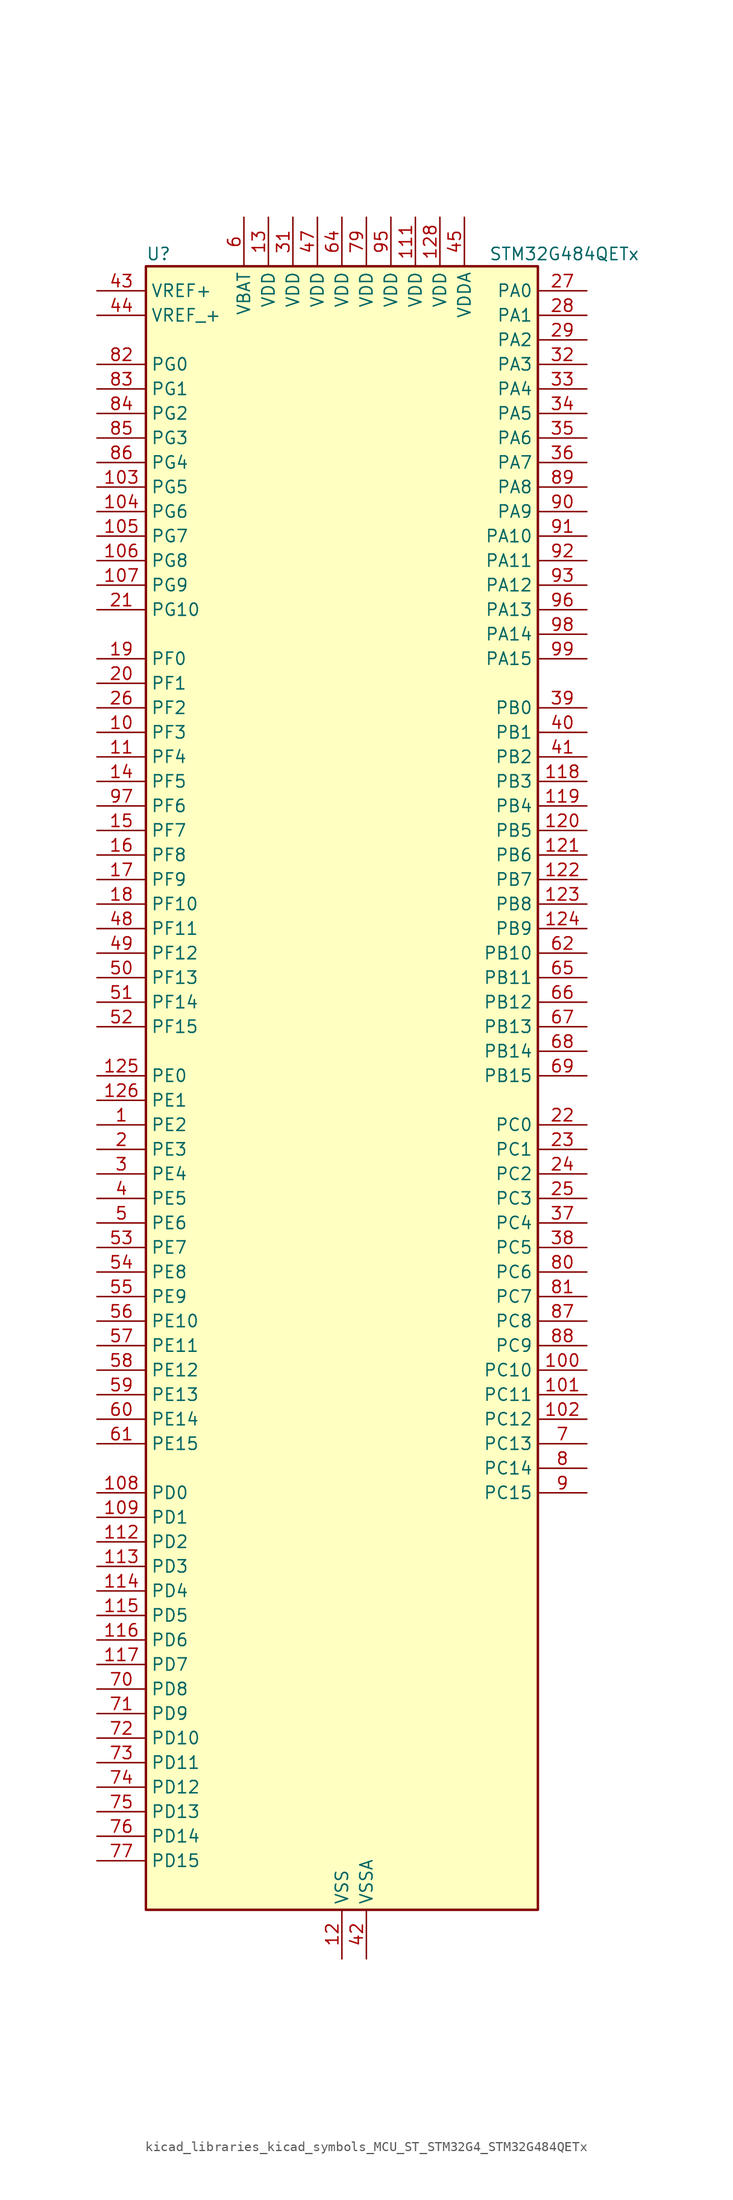
<source format=kicad_sym>
(kicad_symbol_lib
  (version 20220914)
  (generator kicad_symbol_editor)
  (symbol "kicad_libraries_kicad_symbols_MCU_ST_STM32G4_STM32G484QETx"
    (property "Reference" "U"
      (at -20.32 87.63 0)
      (effects (font (size 1.27 1.27)) (justify left)))
    (property "Value" "STM32G484QETx"
      (at 15.24 87.63 0)
      (effects (font (size 1.27 1.27)) (justify left)))
    (property "ki_locked" ""
      (at 0 0 0)
      (effects (font (size 1.27 1.27))))
    (symbol "kicad_libraries_kicad_symbols_MCU_ST_STM32G4_STM32G484QETx_0_1"
      (rectangle (start -20.32 -83.82) (end 20.32 86.36) (stroke (width 0.254) (type default)) (fill (type background))))
    (symbol "kicad_libraries_kicad_symbols_MCU_ST_STM32G4_STM32G484QETx_1_1"
      (pin bidirectional line (at -25.4 -2.54 0) (length 5.08) (name "PE2" (effects (font (size 1.27 1.27)))) (number "1" (effects (font (size 1.27 1.27)))) (alternate "ADC3_EXTI2" bidirectional line) (alternate "ADC4_EXTI2" bidirectional line) (alternate "ADC5_EXTI2" bidirectional line) (alternate "FMC_A23" bidirectional line) (alternate "SAI1_CK1" bidirectional line) (alternate "SAI1_MCLK_A" bidirectional line) (alternate "SPI4_SCK" bidirectional line) (alternate "SYS_TRACECLK" bidirectional line) (alternate "TIM20_CH1" bidirectional line) (alternate "TIM3_CH1" bidirectional line))
      (pin bidirectional line (at -25.4 38.1 0) (length 5.08) (name "PF3" (effects (font (size 1.27 1.27)))) (number "10" (effects (font (size 1.27 1.27)))) (alternate "ADC3_EXTI3" bidirectional line) (alternate "ADC4_EXTI3" bidirectional line) (alternate "ADC5_EXTI3" bidirectional line) (alternate "FMC_A3" bidirectional line) (alternate "I2C3_SCL" bidirectional line) (alternate "TIM20_CH4" bidirectional line))
      (pin bidirectional line (at 25.4 -27.94 180) (length 5.08) (name "PC10" (effects (font (size 1.27 1.27)))) (number "100" (effects (font (size 1.27 1.27)))) (alternate "DAC1_EXTI10" bidirectional line) (alternate "DAC2_EXTI10" bidirectional line) (alternate "DAC3_EXTI10" bidirectional line) (alternate "DAC4_EXTI10" bidirectional line) (alternate "HRTIM1_FLT6" bidirectional line) (alternate "I2S3_CK" bidirectional line) (alternate "SPI3_SCK" bidirectional line) (alternate "TIM8_CH1N" bidirectional line) (alternate "UART4_TX" bidirectional line) (alternate "USART3_TX" bidirectional line))
      (pin bidirectional line (at 25.4 -30.48 180) (length 5.08) (name "PC11" (effects (font (size 1.27 1.27)))) (number "101" (effects (font (size 1.27 1.27)))) (alternate "ADC1_EXTI11" bidirectional line) (alternate "ADC2_EXTI11" bidirectional line) (alternate "HRTIM1_EEV2" bidirectional line) (alternate "I2C3_SDA" bidirectional line) (alternate "SPI3_MISO" bidirectional line) (alternate "TIM8_CH2N" bidirectional line) (alternate "UART4_RX" bidirectional line) (alternate "USART3_RX" bidirectional line))
      (pin bidirectional line (at 25.4 -33.02 180) (length 5.08) (name "PC12" (effects (font (size 1.27 1.27)))) (number "102" (effects (font (size 1.27 1.27)))) (alternate "HRTIM1_EEV1" bidirectional line) (alternate "I2S3_SD" bidirectional line) (alternate "SPI3_MOSI" bidirectional line) (alternate "TIM5_CH2" bidirectional line) (alternate "TIM8_CH3N" bidirectional line) (alternate "UART5_TX" bidirectional line) (alternate "UCPD1_FRSTX1" bidirectional line) (alternate "UCPD1_FRSTX2" bidirectional line) (alternate "USART3_CK" bidirectional line))
      (pin bidirectional line (at -25.4 63.5 0) (length 5.08) (name "PG5" (effects (font (size 1.27 1.27)))) (number "103" (effects (font (size 1.27 1.27)))) (alternate "FMC_A15" bidirectional line) (alternate "LPUART1_CTS" bidirectional line) (alternate "SPI1_NSS" bidirectional line) (alternate "TIM20_ETR" bidirectional line))
      (pin bidirectional line (at -25.4 60.96 0) (length 5.08) (name "PG6" (effects (font (size 1.27 1.27)))) (number "104" (effects (font (size 1.27 1.27)))) (alternate "FMC_INT" bidirectional line) (alternate "I2C3_SMBA" bidirectional line) (alternate "LPUART1_DE" bidirectional line) (alternate "LPUART1_RTS" bidirectional line) (alternate "TIM20_BKIN" bidirectional line))
      (pin bidirectional line (at -25.4 58.42 0) (length 5.08) (name "PG7" (effects (font (size 1.27 1.27)))) (number "105" (effects (font (size 1.27 1.27)))) (alternate "FMC_INT" bidirectional line) (alternate "I2C3_SCL" bidirectional line) (alternate "LPUART1_TX" bidirectional line) (alternate "SAI1_CK1" bidirectional line) (alternate "SAI1_MCLK_A" bidirectional line))
      (pin bidirectional line (at -25.4 55.88 0) (length 5.08) (name "PG8" (effects (font (size 1.27 1.27)))) (number "106" (effects (font (size 1.27 1.27)))) (alternate "FMC_NE3" bidirectional line) (alternate "I2C3_SDA" bidirectional line) (alternate "LPUART1_RX" bidirectional line))
      (pin bidirectional line (at -25.4 53.34 0) (length 5.08) (name "PG9" (effects (font (size 1.27 1.27)))) (number "107" (effects (font (size 1.27 1.27)))) (alternate "DAC1_EXTI9" bidirectional line) (alternate "DAC2_EXTI9" bidirectional line) (alternate "DAC3_EXTI9" bidirectional line) (alternate "DAC4_EXTI9" bidirectional line) (alternate "FMC_NCE" bidirectional line) (alternate "FMC_NE2" bidirectional line) (alternate "SPI3_SCK" bidirectional line) (alternate "TIM15_CH1N" bidirectional line) (alternate "USART1_TX" bidirectional line))
      (pin bidirectional line (at -25.4 -40.64 0) (length 5.08) (name "PD0" (effects (font (size 1.27 1.27)))) (number "108" (effects (font (size 1.27 1.27)))) (alternate "FDCAN1_RX" bidirectional line) (alternate "FMC_D2" bidirectional line) (alternate "FMC_DA2" bidirectional line) (alternate "TIM8_CH4N" bidirectional line))
      (pin bidirectional line (at -25.4 -43.18 0) (length 5.08) (name "PD1" (effects (font (size 1.27 1.27)))) (number "109" (effects (font (size 1.27 1.27)))) (alternate "FDCAN1_TX" bidirectional line) (alternate "FMC_D3" bidirectional line) (alternate "FMC_DA3" bidirectional line) (alternate "TIM8_BKIN2" bidirectional line) (alternate "TIM8_CH4" bidirectional line))
      (pin bidirectional line (at -25.4 35.56 0) (length 5.08) (name "PF4" (effects (font (size 1.27 1.27)))) (number "11" (effects (font (size 1.27 1.27)))) (alternate "COMP1_OUT" bidirectional line) (alternate "FMC_A4" bidirectional line) (alternate "I2C3_SDA" bidirectional line) (alternate "TIM20_CH1N" bidirectional line))
      (pin passive line (at 0 -88.9 90) (length 5.08) hide (name "VSS" (effects (font (size 1.27 1.27)))) (number "110" (effects (font (size 1.27 1.27)))))
      (pin power_in line (at 7.62 91.44 270) (length 5.08) (name "VDD" (effects (font (size 1.27 1.27)))) (number "111" (effects (font (size 1.27 1.27)))))
      (pin bidirectional line (at -25.4 -45.72 0) (length 5.08) (name "PD2" (effects (font (size 1.27 1.27)))) (number "112" (effects (font (size 1.27 1.27)))) (alternate "ADC3_EXTI2" bidirectional line) (alternate "ADC4_EXTI2" bidirectional line) (alternate "ADC5_EXTI2" bidirectional line) (alternate "TIM3_ETR" bidirectional line) (alternate "TIM8_BKIN" bidirectional line) (alternate "UART5_RX" bidirectional line))
      (pin bidirectional line (at -25.4 -48.26 0) (length 5.08) (name "PD3" (effects (font (size 1.27 1.27)))) (number "113" (effects (font (size 1.27 1.27)))) (alternate "ADC3_EXTI3" bidirectional line) (alternate "ADC4_EXTI3" bidirectional line) (alternate "ADC5_EXTI3" bidirectional line) (alternate "FMC_CLK" bidirectional line) (alternate "QUADSPI1_BK2_NCS" bidirectional line) (alternate "TIM2_CH1" bidirectional line) (alternate "TIM2_ETR" bidirectional line) (alternate "USART2_CTS" bidirectional line) (alternate "USART2_NSS" bidirectional line))
      (pin bidirectional line (at -25.4 -50.8 0) (length 5.08) (name "PD4" (effects (font (size 1.27 1.27)))) (number "114" (effects (font (size 1.27 1.27)))) (alternate "FMC_NOE" bidirectional line) (alternate "QUADSPI1_BK2_IO0" bidirectional line) (alternate "TIM2_CH2" bidirectional line) (alternate "USART2_DE" bidirectional line) (alternate "USART2_RTS" bidirectional line))
      (pin bidirectional line (at -25.4 -53.34 0) (length 5.08) (name "PD5" (effects (font (size 1.27 1.27)))) (number "115" (effects (font (size 1.27 1.27)))) (alternate "FMC_NWE" bidirectional line) (alternate "QUADSPI1_BK2_IO1" bidirectional line) (alternate "USART2_TX" bidirectional line))
      (pin bidirectional line (at -25.4 -55.88 0) (length 5.08) (name "PD6" (effects (font (size 1.27 1.27)))) (number "116" (effects (font (size 1.27 1.27)))) (alternate "FMC_NWAIT" bidirectional line) (alternate "QUADSPI1_BK2_IO2" bidirectional line) (alternate "SAI1_D1" bidirectional line) (alternate "SAI1_SD_A" bidirectional line) (alternate "TIM2_CH4" bidirectional line) (alternate "USART2_RX" bidirectional line))
      (pin bidirectional line (at -25.4 -58.42 0) (length 5.08) (name "PD7" (effects (font (size 1.27 1.27)))) (number "117" (effects (font (size 1.27 1.27)))) (alternate "FMC_NCE" bidirectional line) (alternate "FMC_NE1" bidirectional line) (alternate "QUADSPI1_BK2_IO3" bidirectional line) (alternate "TIM2_CH3" bidirectional line) (alternate "USART2_CK" bidirectional line))
      (pin bidirectional line (at 25.4 33.02 180) (length 5.08) (name "PB3" (effects (font (size 1.27 1.27)))) (number "118" (effects (font (size 1.27 1.27)))) (alternate "ADC3_EXTI3" bidirectional line) (alternate "ADC4_EXTI3" bidirectional line) (alternate "ADC5_EXTI3" bidirectional line) (alternate "CRS_SYNC" bidirectional line) (alternate "FDCAN3_RX" bidirectional line) (alternate "HRTIM1_EEV9" bidirectional line) (alternate "HRTIM1_SCOUT" bidirectional line) (alternate "I2S3_CK" bidirectional line) (alternate "SAI1_SCK_B" bidirectional line) (alternate "SPI1_SCK" bidirectional line) (alternate "SPI3_SCK" bidirectional line) (alternate "SYS_JTDO-SWO" bidirectional line) (alternate "TIM2_CH2" bidirectional line) (alternate "TIM3_ETR" bidirectional line) (alternate "TIM4_ETR" bidirectional line) (alternate "TIM8_CH1N" bidirectional line) (alternate "USART2_TX" bidirectional line))
      (pin bidirectional line (at 25.4 30.48 180) (length 5.08) (name "PB4" (effects (font (size 1.27 1.27)))) (number "119" (effects (font (size 1.27 1.27)))) (alternate "FDCAN3_TX" bidirectional line) (alternate "HRTIM1_EEV7" bidirectional line) (alternate "SAI1_MCLK_B" bidirectional line) (alternate "SPI1_MISO" bidirectional line) (alternate "SPI3_MISO" bidirectional line) (alternate "SYS_JTRST" bidirectional line) (alternate "TIM16_CH1" bidirectional line) (alternate "TIM17_BKIN" bidirectional line) (alternate "TIM3_CH1" bidirectional line) (alternate "TIM8_CH2N" bidirectional line) (alternate "UART5_DE" bidirectional line) (alternate "UART5_RTS" bidirectional line) (alternate "UCPD1_CC2" bidirectional line) (alternate "USART2_RX" bidirectional line))
      (pin power_in line (at 0 -88.9 90) (length 5.08) (name "VSS" (effects (font (size 1.27 1.27)))) (number "12" (effects (font (size 1.27 1.27)))))
      (pin bidirectional line (at 25.4 27.94 180) (length 5.08) (name "PB5" (effects (font (size 1.27 1.27)))) (number "120" (effects (font (size 1.27 1.27)))) (alternate "FDCAN2_RX" bidirectional line) (alternate "HRTIM1_EEV6" bidirectional line) (alternate "I2C1_SMBA" bidirectional line) (alternate "I2C3_SDA" bidirectional line) (alternate "I2S3_SD" bidirectional line) (alternate "LPTIM1_IN1" bidirectional line) (alternate "SAI1_SD_B" bidirectional line) (alternate "SPI1_MOSI" bidirectional line) (alternate "SPI3_MOSI" bidirectional line) (alternate "TIM16_BKIN" bidirectional line) (alternate "TIM17_CH1" bidirectional line) (alternate "TIM3_CH2" bidirectional line) (alternate "TIM8_CH3N" bidirectional line) (alternate "UART5_CTS" bidirectional line) (alternate "USART2_CK" bidirectional line))
      (pin bidirectional line (at 25.4 25.4 180) (length 5.08) (name "PB6" (effects (font (size 1.27 1.27)))) (number "121" (effects (font (size 1.27 1.27)))) (alternate "COMP4_OUT" bidirectional line) (alternate "FDCAN2_TX" bidirectional line) (alternate "HRTIM1_EEV4" bidirectional line) (alternate "HRTIM1_SCIN" bidirectional line) (alternate "LPTIM1_ETR" bidirectional line) (alternate "SAI1_FS_B" bidirectional line) (alternate "TIM16_CH1N" bidirectional line) (alternate "TIM4_CH1" bidirectional line) (alternate "TIM8_BKIN2" bidirectional line) (alternate "TIM8_CH1" bidirectional line) (alternate "TIM8_ETR" bidirectional line) (alternate "UCPD1_CC1" bidirectional line) (alternate "USART1_TX" bidirectional line))
      (pin bidirectional line (at 25.4 22.86 180) (length 5.08) (name "PB7" (effects (font (size 1.27 1.27)))) (number "122" (effects (font (size 1.27 1.27)))) (alternate "COMP3_OUT" bidirectional line) (alternate "FMC_NL" bidirectional line) (alternate "HRTIM1_EEV3" bidirectional line) (alternate "I2C1_SDA" bidirectional line) (alternate "I2C4_SDA" bidirectional line) (alternate "LPTIM1_IN2" bidirectional line) (alternate "SYS_PVD_IN" bidirectional line) (alternate "TIM17_CH1N" bidirectional line) (alternate "TIM3_CH4" bidirectional line) (alternate "TIM4_CH2" bidirectional line) (alternate "TIM8_BKIN" bidirectional line) (alternate "UART4_CTS" bidirectional line) (alternate "USART1_RX" bidirectional line))
      (pin bidirectional line (at 25.4 20.32 180) (length 5.08) (name "PB8" (effects (font (size 1.27 1.27)))) (number "123" (effects (font (size 1.27 1.27)))) (alternate "COMP1_OUT" bidirectional line) (alternate "FDCAN1_RX" bidirectional line) (alternate "HRTIM1_EEV8" bidirectional line) (alternate "I2C1_SCL" bidirectional line) (alternate "SAI1_CK1" bidirectional line) (alternate "SAI1_MCLK_A" bidirectional line) (alternate "TIM16_CH1" bidirectional line) (alternate "TIM1_BKIN" bidirectional line) (alternate "TIM4_CH3" bidirectional line) (alternate "TIM8_CH2" bidirectional line) (alternate "USART3_RX" bidirectional line))
      (pin bidirectional line (at 25.4 17.78 180) (length 5.08) (name "PB9" (effects (font (size 1.27 1.27)))) (number "124" (effects (font (size 1.27 1.27)))) (alternate "COMP2_OUT" bidirectional line) (alternate "DAC1_EXTI9" bidirectional line) (alternate "DAC2_EXTI9" bidirectional line) (alternate "DAC3_EXTI9" bidirectional line) (alternate "DAC4_EXTI9" bidirectional line) (alternate "FDCAN1_TX" bidirectional line) (alternate "HRTIM1_EEV5" bidirectional line) (alternate "I2C1_SDA" bidirectional line) (alternate "IR_OUT" bidirectional line) (alternate "SAI1_D2" bidirectional line) (alternate "SAI1_FS_A" bidirectional line) (alternate "TIM17_CH1" bidirectional line) (alternate "TIM1_CH3N" bidirectional line) (alternate "TIM4_CH4" bidirectional line) (alternate "TIM8_CH3" bidirectional line) (alternate "USART3_TX" bidirectional line))
      (pin bidirectional line (at -25.4 2.54 0) (length 5.08) (name "PE0" (effects (font (size 1.27 1.27)))) (number "125" (effects (font (size 1.27 1.27)))) (alternate "FMC_NBL0" bidirectional line) (alternate "TIM16_CH1" bidirectional line) (alternate "TIM20_CH4N" bidirectional line) (alternate "TIM20_ETR" bidirectional line) (alternate "TIM4_ETR" bidirectional line) (alternate "USART1_TX" bidirectional line))
      (pin bidirectional line (at -25.4 0 0) (length 5.08) (name "PE1" (effects (font (size 1.27 1.27)))) (number "126" (effects (font (size 1.27 1.27)))) (alternate "FMC_NBL1" bidirectional line) (alternate "TIM17_CH1" bidirectional line) (alternate "TIM20_CH4" bidirectional line) (alternate "USART1_RX" bidirectional line))
      (pin passive line (at 0 -88.9 90) (length 5.08) hide (name "VSS" (effects (font (size 1.27 1.27)))) (number "127" (effects (font (size 1.27 1.27)))))
      (pin power_in line (at 10.16 91.44 270) (length 5.08) (name "VDD" (effects (font (size 1.27 1.27)))) (number "128" (effects (font (size 1.27 1.27)))))
      (pin power_in line (at -7.62 91.44 270) (length 5.08) (name "VDD" (effects (font (size 1.27 1.27)))) (number "13" (effects (font (size 1.27 1.27)))))
      (pin bidirectional line (at -25.4 33.02 0) (length 5.08) (name "PF5" (effects (font (size 1.27 1.27)))) (number "14" (effects (font (size 1.27 1.27)))) (alternate "FMC_A5" bidirectional line) (alternate "TIM20_CH2N" bidirectional line))
      (pin bidirectional line (at -25.4 27.94 0) (length 5.08) (name "PF7" (effects (font (size 1.27 1.27)))) (number "15" (effects (font (size 1.27 1.27)))) (alternate "FMC_A1" bidirectional line) (alternate "QUADSPI1_BK1_IO2" bidirectional line) (alternate "SAI1_MCLK_B" bidirectional line) (alternate "TIM20_BKIN" bidirectional line) (alternate "TIM5_CH2" bidirectional line))
      (pin bidirectional line (at -25.4 25.4 0) (length 5.08) (name "PF8" (effects (font (size 1.27 1.27)))) (number "16" (effects (font (size 1.27 1.27)))) (alternate "FMC_A24" bidirectional line) (alternate "QUADSPI1_BK1_IO0" bidirectional line) (alternate "SAI1_SCK_B" bidirectional line) (alternate "TIM20_BKIN2" bidirectional line) (alternate "TIM5_CH3" bidirectional line))
      (pin bidirectional line (at -25.4 22.86 0) (length 5.08) (name "PF9" (effects (font (size 1.27 1.27)))) (number "17" (effects (font (size 1.27 1.27)))) (alternate "DAC1_EXTI9" bidirectional line) (alternate "DAC2_EXTI9" bidirectional line) (alternate "DAC3_EXTI9" bidirectional line) (alternate "DAC4_EXTI9" bidirectional line) (alternate "FMC_A25" bidirectional line) (alternate "QUADSPI1_BK1_IO1" bidirectional line) (alternate "SAI1_FS_B" bidirectional line) (alternate "SPI2_SCK" bidirectional line) (alternate "TIM15_CH1" bidirectional line) (alternate "TIM20_BKIN" bidirectional line) (alternate "TIM5_CH4" bidirectional line))
      (pin bidirectional line (at -25.4 20.32 0) (length 5.08) (name "PF10" (effects (font (size 1.27 1.27)))) (number "18" (effects (font (size 1.27 1.27)))) (alternate "DAC1_EXTI10" bidirectional line) (alternate "DAC2_EXTI10" bidirectional line) (alternate "DAC3_EXTI10" bidirectional line) (alternate "DAC4_EXTI10" bidirectional line) (alternate "FMC_A0" bidirectional line) (alternate "QUADSPI1_CLK" bidirectional line) (alternate "SAI1_D3" bidirectional line) (alternate "SPI2_SCK" bidirectional line) (alternate "TIM15_CH2" bidirectional line) (alternate "TIM20_BKIN2" bidirectional line))
      (pin bidirectional line (at -25.4 45.72 0) (length 5.08) (name "PF0" (effects (font (size 1.27 1.27)))) (number "19" (effects (font (size 1.27 1.27)))) (alternate "ADC1_IN10" bidirectional line) (alternate "I2C2_SDA" bidirectional line) (alternate "I2S2_WS" bidirectional line) (alternate "RCC_OSC_IN" bidirectional line) (alternate "SPI2_NSS" bidirectional line) (alternate "TIM1_CH3N" bidirectional line))
      (pin bidirectional line (at -25.4 -5.08 0) (length 5.08) (name "PE3" (effects (font (size 1.27 1.27)))) (number "2" (effects (font (size 1.27 1.27)))) (alternate "ADC3_EXTI3" bidirectional line) (alternate "ADC4_EXTI3" bidirectional line) (alternate "ADC5_EXTI3" bidirectional line) (alternate "FMC_A19" bidirectional line) (alternate "SAI1_SD_B" bidirectional line) (alternate "SPI4_NSS" bidirectional line) (alternate "SYS_TRACED0" bidirectional line) (alternate "TIM20_CH2" bidirectional line) (alternate "TIM3_CH2" bidirectional line))
      (pin bidirectional line (at -25.4 43.18 0) (length 5.08) (name "PF1" (effects (font (size 1.27 1.27)))) (number "20" (effects (font (size 1.27 1.27)))) (alternate "ADC2_IN10" bidirectional line) (alternate "COMP3_INM" bidirectional line) (alternate "I2S2_CK" bidirectional line) (alternate "RCC_OSC_OUT" bidirectional line) (alternate "SPI2_SCK" bidirectional line))
      (pin bidirectional line (at -25.4 50.8 0) (length 5.08) (name "PG10" (effects (font (size 1.27 1.27)))) (number "21" (effects (font (size 1.27 1.27)))) (alternate "DAC1_EXTI10" bidirectional line) (alternate "DAC2_EXTI10" bidirectional line) (alternate "DAC3_EXTI10" bidirectional line) (alternate "DAC4_EXTI10" bidirectional line) (alternate "RCC_MCO" bidirectional line))
      (pin bidirectional line (at 25.4 -2.54 180) (length 5.08) (name "PC0" (effects (font (size 1.27 1.27)))) (number "22" (effects (font (size 1.27 1.27)))) (alternate "ADC1_IN6" bidirectional line) (alternate "ADC2_IN6" bidirectional line) (alternate "COMP3_INM" bidirectional line) (alternate "LPTIM1_IN1" bidirectional line) (alternate "LPUART1_RX" bidirectional line) (alternate "TIM1_CH1" bidirectional line))
      (pin bidirectional line (at 25.4 -5.08 180) (length 5.08) (name "PC1" (effects (font (size 1.27 1.27)))) (number "23" (effects (font (size 1.27 1.27)))) (alternate "ADC1_IN7" bidirectional line) (alternate "ADC2_IN7" bidirectional line) (alternate "COMP3_INP" bidirectional line) (alternate "LPTIM1_OUT" bidirectional line) (alternate "LPUART1_TX" bidirectional line) (alternate "QUADSPI1_BK2_IO0" bidirectional line) (alternate "SAI1_SD_A" bidirectional line) (alternate "TIM1_CH2" bidirectional line))
      (pin bidirectional line (at 25.4 -7.62 180) (length 5.08) (name "PC2" (effects (font (size 1.27 1.27)))) (number "24" (effects (font (size 1.27 1.27)))) (alternate "ADC1_IN8" bidirectional line) (alternate "ADC2_IN8" bidirectional line) (alternate "ADC3_EXTI2" bidirectional line) (alternate "ADC4_EXTI2" bidirectional line) (alternate "ADC5_EXTI2" bidirectional line) (alternate "COMP3_OUT" bidirectional line) (alternate "LPTIM1_IN2" bidirectional line) (alternate "QUADSPI1_BK2_IO1" bidirectional line) (alternate "TIM1_CH3" bidirectional line) (alternate "TIM20_CH2" bidirectional line))
      (pin bidirectional line (at 25.4 -10.16 180) (length 5.08) (name "PC3" (effects (font (size 1.27 1.27)))) (number "25" (effects (font (size 1.27 1.27)))) (alternate "ADC1_IN9" bidirectional line) (alternate "ADC2_IN9" bidirectional line) (alternate "ADC3_EXTI3" bidirectional line) (alternate "ADC4_EXTI3" bidirectional line) (alternate "ADC5_EXTI3" bidirectional line) (alternate "LPTIM1_ETR" bidirectional line) (alternate "OPAMP5_VINP" bidirectional line) (alternate "OPAMP5_VINP_SEC" bidirectional line) (alternate "QUADSPI1_BK2_IO2" bidirectional line) (alternate "SAI1_D1" bidirectional line) (alternate "SAI1_SD_A" bidirectional line) (alternate "TIM1_BKIN2" bidirectional line) (alternate "TIM1_CH4" bidirectional line))
      (pin bidirectional line (at -25.4 40.64 0) (length 5.08) (name "PF2" (effects (font (size 1.27 1.27)))) (number "26" (effects (font (size 1.27 1.27)))) (alternate "ADC3_EXTI2" bidirectional line) (alternate "ADC4_EXTI2" bidirectional line) (alternate "ADC5_EXTI2" bidirectional line) (alternate "FMC_A2" bidirectional line) (alternate "I2C2_SMBA" bidirectional line) (alternate "TIM20_CH3" bidirectional line))
      (pin bidirectional line (at 25.4 83.82 180) (length 5.08) (name "PA0" (effects (font (size 1.27 1.27)))) (number "27" (effects (font (size 1.27 1.27)))) (alternate "ADC1_IN1" bidirectional line) (alternate "ADC2_IN1" bidirectional line) (alternate "COMP1_INM" bidirectional line) (alternate "COMP1_OUT" bidirectional line) (alternate "COMP3_INP" bidirectional line) (alternate "RTC_TAMP2" bidirectional line) (alternate "SYS_WKUP1" bidirectional line) (alternate "TIM2_CH1" bidirectional line) (alternate "TIM2_ETR" bidirectional line) (alternate "TIM5_CH1" bidirectional line) (alternate "TIM8_BKIN" bidirectional line) (alternate "TIM8_ETR" bidirectional line) (alternate "USART2_CTS" bidirectional line) (alternate "USART2_NSS" bidirectional line))
      (pin bidirectional line (at 25.4 81.28 180) (length 5.08) (name "PA1" (effects (font (size 1.27 1.27)))) (number "28" (effects (font (size 1.27 1.27)))) (alternate "ADC1_IN2" bidirectional line) (alternate "ADC2_IN2" bidirectional line) (alternate "COMP1_INP" bidirectional line) (alternate "OPAMP1_VINP" bidirectional line) (alternate "OPAMP1_VINP_SEC" bidirectional line) (alternate "OPAMP3_VINP" bidirectional line) (alternate "OPAMP3_VINP_SEC" bidirectional line) (alternate "OPAMP6_VINM" bidirectional line) (alternate "OPAMP6_VINM0" bidirectional line) (alternate "OPAMP6_VINM_SEC" bidirectional line) (alternate "RTC_REFIN" bidirectional line) (alternate "TIM15_CH1N" bidirectional line) (alternate "TIM2_CH2" bidirectional line) (alternate "TIM5_CH2" bidirectional line) (alternate "USART2_DE" bidirectional line) (alternate "USART2_RTS" bidirectional line))
      (pin bidirectional line (at 25.4 78.74 180) (length 5.08) (name "PA2" (effects (font (size 1.27 1.27)))) (number "29" (effects (font (size 1.27 1.27)))) (alternate "ADC1_IN3" bidirectional line) (alternate "ADC3_EXTI2" bidirectional line) (alternate "ADC4_EXTI2" bidirectional line) (alternate "ADC5_EXTI2" bidirectional line) (alternate "COMP2_INM" bidirectional line) (alternate "COMP2_OUT" bidirectional line) (alternate "LPUART1_TX" bidirectional line) (alternate "OPAMP1_VOUT" bidirectional line) (alternate "QUADSPI1_BK1_NCS" bidirectional line) (alternate "RCC_LSCO" bidirectional line) (alternate "SYS_WKUP4" bidirectional line) (alternate "TIM15_CH1" bidirectional line) (alternate "TIM2_CH3" bidirectional line) (alternate "TIM5_CH3" bidirectional line) (alternate "UCPD1_FRSTX1" bidirectional line) (alternate "UCPD1_FRSTX2" bidirectional line) (alternate "USART2_TX" bidirectional line))
      (pin bidirectional line (at -25.4 -7.62 0) (length 5.08) (name "PE4" (effects (font (size 1.27 1.27)))) (number "3" (effects (font (size 1.27 1.27)))) (alternate "FMC_A20" bidirectional line) (alternate "SAI1_D2" bidirectional line) (alternate "SAI1_FS_A" bidirectional line) (alternate "SPI4_NSS" bidirectional line) (alternate "SYS_TRACED1" bidirectional line) (alternate "TIM20_CH1N" bidirectional line) (alternate "TIM3_CH3" bidirectional line))
      (pin passive line (at 0 -88.9 90) (length 5.08) hide (name "VSS" (effects (font (size 1.27 1.27)))) (number "30" (effects (font (size 1.27 1.27)))))
      (pin power_in line (at -5.08 91.44 270) (length 5.08) (name "VDD" (effects (font (size 1.27 1.27)))) (number "31" (effects (font (size 1.27 1.27)))))
      (pin bidirectional line (at 25.4 76.2 180) (length 5.08) (name "PA3" (effects (font (size 1.27 1.27)))) (number "32" (effects (font (size 1.27 1.27)))) (alternate "ADC1_IN4" bidirectional line) (alternate "ADC3_EXTI3" bidirectional line) (alternate "ADC4_EXTI3" bidirectional line) (alternate "ADC5_EXTI3" bidirectional line) (alternate "COMP2_INP" bidirectional line) (alternate "LPUART1_RX" bidirectional line) (alternate "OPAMP1_VINM" bidirectional line) (alternate "OPAMP1_VINM0" bidirectional line) (alternate "OPAMP1_VINM_SEC" bidirectional line) (alternate "OPAMP1_VINP" bidirectional line) (alternate "OPAMP1_VINP_SEC" bidirectional line) (alternate "OPAMP5_VINM" bidirectional line) (alternate "OPAMP5_VINM1" bidirectional line) (alternate "OPAMP5_VINM_SEC" bidirectional line) (alternate "QUADSPI1_CLK" bidirectional line) (alternate "SAI1_CK1" bidirectional line) (alternate "SAI1_MCLK_A" bidirectional line) (alternate "TIM15_CH2" bidirectional line) (alternate "TIM2_CH4" bidirectional line) (alternate "TIM5_CH4" bidirectional line) (alternate "USART2_RX" bidirectional line))
      (pin bidirectional line (at 25.4 73.66 180) (length 5.08) (name "PA4" (effects (font (size 1.27 1.27)))) (number "33" (effects (font (size 1.27 1.27)))) (alternate "ADC2_IN17" bidirectional line) (alternate "COMP1_INM" bidirectional line) (alternate "DAC1_OUT1" bidirectional line) (alternate "I2S3_WS" bidirectional line) (alternate "SAI1_FS_B" bidirectional line) (alternate "SPI1_NSS" bidirectional line) (alternate "SPI3_NSS" bidirectional line) (alternate "TIM3_CH2" bidirectional line) (alternate "USART2_CK" bidirectional line))
      (pin bidirectional line (at 25.4 71.12 180) (length 5.08) (name "PA5" (effects (font (size 1.27 1.27)))) (number "34" (effects (font (size 1.27 1.27)))) (alternate "ADC2_IN13" bidirectional line) (alternate "COMP2_INM" bidirectional line) (alternate "DAC1_OUT2" bidirectional line) (alternate "OPAMP2_VINM" bidirectional line) (alternate "OPAMP2_VINM0" bidirectional line) (alternate "OPAMP2_VINM_SEC" bidirectional line) (alternate "SPI1_SCK" bidirectional line) (alternate "TIM2_CH1" bidirectional line) (alternate "TIM2_ETR" bidirectional line) (alternate "UCPD1_FRSTX1" bidirectional line) (alternate "UCPD1_FRSTX2" bidirectional line))
      (pin bidirectional line (at 25.4 68.58 180) (length 5.08) (name "PA6" (effects (font (size 1.27 1.27)))) (number "35" (effects (font (size 1.27 1.27)))) (alternate "ADC2_IN3" bidirectional line) (alternate "COMP1_OUT" bidirectional line) (alternate "DAC2_OUT1" bidirectional line) (alternate "LPUART1_CTS" bidirectional line) (alternate "OPAMP2_VOUT" bidirectional line) (alternate "QUADSPI1_BK1_IO3" bidirectional line) (alternate "SPI1_MISO" bidirectional line) (alternate "TIM16_CH1" bidirectional line) (alternate "TIM1_BKIN" bidirectional line) (alternate "TIM3_CH1" bidirectional line) (alternate "TIM8_BKIN" bidirectional line))
      (pin bidirectional line (at 25.4 66.04 180) (length 5.08) (name "PA7" (effects (font (size 1.27 1.27)))) (number "36" (effects (font (size 1.27 1.27)))) (alternate "ADC2_IN4" bidirectional line) (alternate "COMP2_INP" bidirectional line) (alternate "COMP2_OUT" bidirectional line) (alternate "OPAMP1_VINP" bidirectional line) (alternate "OPAMP1_VINP_SEC" bidirectional line) (alternate "OPAMP2_VINP" bidirectional line) (alternate "OPAMP2_VINP_SEC" bidirectional line) (alternate "QUADSPI1_BK1_IO2" bidirectional line) (alternate "SPI1_MOSI" bidirectional line) (alternate "TIM17_CH1" bidirectional line) (alternate "TIM1_CH1N" bidirectional line) (alternate "TIM3_CH2" bidirectional line) (alternate "TIM8_CH1N" bidirectional line) (alternate "UCPD1_FRSTX1" bidirectional line) (alternate "UCPD1_FRSTX2" bidirectional line))
      (pin bidirectional line (at 25.4 -12.7 180) (length 5.08) (name "PC4" (effects (font (size 1.27 1.27)))) (number "37" (effects (font (size 1.27 1.27)))) (alternate "ADC2_IN5" bidirectional line) (alternate "I2C2_SCL" bidirectional line) (alternate "QUADSPI1_BK2_IO3" bidirectional line) (alternate "TIM1_ETR" bidirectional line) (alternate "USART1_TX" bidirectional line))
      (pin bidirectional line (at 25.4 -15.24 180) (length 5.08) (name "PC5" (effects (font (size 1.27 1.27)))) (number "38" (effects (font (size 1.27 1.27)))) (alternate "ADC2_IN11" bidirectional line) (alternate "HRTIM1_EEV10" bidirectional line) (alternate "OPAMP1_VINM" bidirectional line) (alternate "OPAMP1_VINM1" bidirectional line) (alternate "OPAMP1_VINM_SEC" bidirectional line) (alternate "OPAMP2_VINM" bidirectional line) (alternate "OPAMP2_VINM1" bidirectional line) (alternate "OPAMP2_VINM_SEC" bidirectional line) (alternate "SAI1_D3" bidirectional line) (alternate "SYS_WKUP5" bidirectional line) (alternate "TIM15_BKIN" bidirectional line) (alternate "TIM1_CH4N" bidirectional line) (alternate "USART1_RX" bidirectional line))
      (pin bidirectional line (at 25.4 40.64 180) (length 5.08) (name "PB0" (effects (font (size 1.27 1.27)))) (number "39" (effects (font (size 1.27 1.27)))) (alternate "ADC1_IN15" bidirectional line) (alternate "ADC3_IN12" bidirectional line) (alternate "COMP4_INP" bidirectional line) (alternate "HRTIM1_FLT5" bidirectional line) (alternate "OPAMP2_VINP" bidirectional line) (alternate "OPAMP2_VINP_SEC" bidirectional line) (alternate "OPAMP3_VINP" bidirectional line) (alternate "OPAMP3_VINP_SEC" bidirectional line) (alternate "QUADSPI1_BK1_IO1" bidirectional line) (alternate "TIM1_CH2N" bidirectional line) (alternate "TIM3_CH3" bidirectional line) (alternate "TIM8_CH2N" bidirectional line) (alternate "UCPD1_FRSTX1" bidirectional line) (alternate "UCPD1_FRSTX2" bidirectional line))
      (pin bidirectional line (at -25.4 -10.16 0) (length 5.08) (name "PE5" (effects (font (size 1.27 1.27)))) (number "4" (effects (font (size 1.27 1.27)))) (alternate "FMC_A21" bidirectional line) (alternate "SAI1_CK2" bidirectional line) (alternate "SAI1_SCK_A" bidirectional line) (alternate "SPI4_MISO" bidirectional line) (alternate "SYS_TRACED2" bidirectional line) (alternate "TIM20_CH2N" bidirectional line) (alternate "TIM3_CH4" bidirectional line))
      (pin bidirectional line (at 25.4 38.1 180) (length 5.08) (name "PB1" (effects (font (size 1.27 1.27)))) (number "40" (effects (font (size 1.27 1.27)))) (alternate "ADC1_IN12" bidirectional line) (alternate "ADC3_IN1" bidirectional line) (alternate "COMP1_INP" bidirectional line) (alternate "COMP4_OUT" bidirectional line) (alternate "HRTIM1_SCOUT" bidirectional line) (alternate "LPUART1_DE" bidirectional line) (alternate "LPUART1_RTS" bidirectional line) (alternate "OPAMP3_VOUT" bidirectional line) (alternate "OPAMP6_VINM" bidirectional line) (alternate "OPAMP6_VINM1" bidirectional line) (alternate "OPAMP6_VINM_SEC" bidirectional line) (alternate "QUADSPI1_BK1_IO0" bidirectional line) (alternate "TIM1_CH3N" bidirectional line) (alternate "TIM3_CH4" bidirectional line) (alternate "TIM8_CH3N" bidirectional line))
      (pin bidirectional line (at 25.4 35.56 180) (length 5.08) (name "PB2" (effects (font (size 1.27 1.27)))) (number "41" (effects (font (size 1.27 1.27)))) (alternate "ADC2_IN12" bidirectional line) (alternate "ADC3_EXTI2" bidirectional line) (alternate "ADC4_EXTI2" bidirectional line) (alternate "ADC5_EXTI2" bidirectional line) (alternate "COMP4_INM" bidirectional line) (alternate "HRTIM1_SCIN" bidirectional line) (alternate "I2C3_SMBA" bidirectional line) (alternate "LPTIM1_OUT" bidirectional line) (alternate "OPAMP3_VINM" bidirectional line) (alternate "OPAMP3_VINM0" bidirectional line) (alternate "OPAMP3_VINM_SEC" bidirectional line) (alternate "QUADSPI1_BK2_IO1" bidirectional line) (alternate "RTC_OUT2" bidirectional line) (alternate "TIM20_CH1" bidirectional line) (alternate "TIM5_CH1" bidirectional line))
      (pin power_in line (at 2.54 -88.9 90) (length 5.08) (name "VSSA" (effects (font (size 1.27 1.27)))) (number "42" (effects (font (size 1.27 1.27)))))
      (pin input line (at -25.4 83.82 0) (length 5.08) (name "VREF+" (effects (font (size 1.27 1.27)))) (number "43" (effects (font (size 1.27 1.27)))) (alternate "VREFBUF_OUT1" bidirectional line))
      (pin input line (at -25.4 81.28 0) (length 5.08) (name "VREF_+" (effects (font (size 1.27 1.27)))) (number "44" (effects (font (size 1.27 1.27)))) (alternate "VREFBUF_OUT2" bidirectional line))
      (pin power_in line (at 12.7 91.44 270) (length 5.08) (name "VDDA" (effects (font (size 1.27 1.27)))) (number "45" (effects (font (size 1.27 1.27)))))
      (pin passive line (at 0 -88.9 90) (length 5.08) hide (name "VSS" (effects (font (size 1.27 1.27)))) (number "46" (effects (font (size 1.27 1.27)))))
      (pin power_in line (at -2.54 91.44 270) (length 5.08) (name "VDD" (effects (font (size 1.27 1.27)))) (number "47" (effects (font (size 1.27 1.27)))))
      (pin bidirectional line (at -25.4 17.78 0) (length 5.08) (name "PF11" (effects (font (size 1.27 1.27)))) (number "48" (effects (font (size 1.27 1.27)))) (alternate "ADC1_EXTI11" bidirectional line) (alternate "ADC2_EXTI11" bidirectional line) (alternate "FMC_NE4" bidirectional line) (alternate "TIM20_ETR" bidirectional line))
      (pin bidirectional line (at -25.4 15.24 0) (length 5.08) (name "PF12" (effects (font (size 1.27 1.27)))) (number "49" (effects (font (size 1.27 1.27)))) (alternate "FMC_A6" bidirectional line) (alternate "TIM20_CH1" bidirectional line))
      (pin bidirectional line (at -25.4 -12.7 0) (length 5.08) (name "PE6" (effects (font (size 1.27 1.27)))) (number "5" (effects (font (size 1.27 1.27)))) (alternate "FMC_A22" bidirectional line) (alternate "RTC_TAMP3" bidirectional line) (alternate "SAI1_D1" bidirectional line) (alternate "SAI1_SD_A" bidirectional line) (alternate "SPI4_MOSI" bidirectional line) (alternate "SYS_TRACED3" bidirectional line) (alternate "SYS_WKUP3" bidirectional line) (alternate "TIM20_CH3N" bidirectional line))
      (pin bidirectional line (at -25.4 12.7 0) (length 5.08) (name "PF13" (effects (font (size 1.27 1.27)))) (number "50" (effects (font (size 1.27 1.27)))) (alternate "FMC_A7" bidirectional line) (alternate "I2C4_SMBA" bidirectional line) (alternate "TIM20_CH2" bidirectional line))
      (pin bidirectional line (at -25.4 10.16 0) (length 5.08) (name "PF14" (effects (font (size 1.27 1.27)))) (number "51" (effects (font (size 1.27 1.27)))) (alternate "FMC_A8" bidirectional line) (alternate "I2C4_SCL" bidirectional line) (alternate "TIM20_CH3" bidirectional line))
      (pin bidirectional line (at -25.4 7.62 0) (length 5.08) (name "PF15" (effects (font (size 1.27 1.27)))) (number "52" (effects (font (size 1.27 1.27)))) (alternate "ADC1_EXTI15" bidirectional line) (alternate "ADC2_EXTI15" bidirectional line) (alternate "FMC_A9" bidirectional line) (alternate "I2C4_SDA" bidirectional line) (alternate "TIM20_CH4" bidirectional line))
      (pin bidirectional line (at -25.4 -15.24 0) (length 5.08) (name "PE7" (effects (font (size 1.27 1.27)))) (number "53" (effects (font (size 1.27 1.27)))) (alternate "ADC3_IN4" bidirectional line) (alternate "COMP4_INP" bidirectional line) (alternate "FMC_D4" bidirectional line) (alternate "FMC_DA4" bidirectional line) (alternate "SAI1_SD_B" bidirectional line) (alternate "TIM1_ETR" bidirectional line))
      (pin bidirectional line (at -25.4 -17.78 0) (length 5.08) (name "PE8" (effects (font (size 1.27 1.27)))) (number "54" (effects (font (size 1.27 1.27)))) (alternate "ADC3_IN6" bidirectional line) (alternate "ADC4_IN6" bidirectional line) (alternate "ADC5_IN6" bidirectional line) (alternate "COMP4_INM" bidirectional line) (alternate "FMC_D5" bidirectional line) (alternate "FMC_DA5" bidirectional line) (alternate "SAI1_SCK_B" bidirectional line) (alternate "TIM1_CH1N" bidirectional line) (alternate "TIM5_CH3" bidirectional line))
      (pin bidirectional line (at -25.4 -20.32 0) (length 5.08) (name "PE9" (effects (font (size 1.27 1.27)))) (number "55" (effects (font (size 1.27 1.27)))) (alternate "ADC3_IN2" bidirectional line) (alternate "DAC1_EXTI9" bidirectional line) (alternate "DAC2_EXTI9" bidirectional line) (alternate "DAC3_EXTI9" bidirectional line) (alternate "DAC4_EXTI9" bidirectional line) (alternate "FMC_D6" bidirectional line) (alternate "FMC_DA6" bidirectional line) (alternate "SAI1_FS_B" bidirectional line) (alternate "TIM1_CH1" bidirectional line) (alternate "TIM5_CH4" bidirectional line))
      (pin bidirectional line (at -25.4 -22.86 0) (length 5.08) (name "PE10" (effects (font (size 1.27 1.27)))) (number "56" (effects (font (size 1.27 1.27)))) (alternate "ADC3_IN14" bidirectional line) (alternate "ADC4_IN14" bidirectional line) (alternate "ADC5_IN14" bidirectional line) (alternate "DAC1_EXTI10" bidirectional line) (alternate "DAC2_EXTI10" bidirectional line) (alternate "DAC3_EXTI10" bidirectional line) (alternate "DAC4_EXTI10" bidirectional line) (alternate "FMC_D7" bidirectional line) (alternate "FMC_DA7" bidirectional line) (alternate "QUADSPI1_CLK" bidirectional line) (alternate "SAI1_MCLK_B" bidirectional line) (alternate "TIM1_CH2N" bidirectional line))
      (pin bidirectional line (at -25.4 -25.4 0) (length 5.08) (name "PE11" (effects (font (size 1.27 1.27)))) (number "57" (effects (font (size 1.27 1.27)))) (alternate "ADC1_EXTI11" bidirectional line) (alternate "ADC2_EXTI11" bidirectional line) (alternate "ADC3_IN15" bidirectional line) (alternate "ADC4_IN15" bidirectional line) (alternate "ADC5_IN15" bidirectional line) (alternate "FMC_D8" bidirectional line) (alternate "FMC_DA8" bidirectional line) (alternate "QUADSPI1_BK1_NCS" bidirectional line) (alternate "SPI4_NSS" bidirectional line) (alternate "TIM1_CH2" bidirectional line))
      (pin bidirectional line (at -25.4 -27.94 0) (length 5.08) (name "PE12" (effects (font (size 1.27 1.27)))) (number "58" (effects (font (size 1.27 1.27)))) (alternate "ADC3_IN16" bidirectional line) (alternate "ADC4_IN16" bidirectional line) (alternate "ADC5_IN16" bidirectional line) (alternate "FMC_D9" bidirectional line) (alternate "FMC_DA9" bidirectional line) (alternate "QUADSPI1_BK1_IO0" bidirectional line) (alternate "SPI4_SCK" bidirectional line) (alternate "TIM1_CH3N" bidirectional line))
      (pin bidirectional line (at -25.4 -30.48 0) (length 5.08) (name "PE13" (effects (font (size 1.27 1.27)))) (number "59" (effects (font (size 1.27 1.27)))) (alternate "ADC3_IN3" bidirectional line) (alternate "FMC_D10" bidirectional line) (alternate "FMC_DA10" bidirectional line) (alternate "QUADSPI1_BK1_IO1" bidirectional line) (alternate "SPI4_MISO" bidirectional line) (alternate "TIM1_CH3" bidirectional line))
      (pin power_in line (at -10.16 91.44 270) (length 5.08) (name "VBAT" (effects (font (size 1.27 1.27)))) (number "6" (effects (font (size 1.27 1.27)))))
      (pin bidirectional line (at -25.4 -33.02 0) (length 5.08) (name "PE14" (effects (font (size 1.27 1.27)))) (number "60" (effects (font (size 1.27 1.27)))) (alternate "ADC4_IN1" bidirectional line) (alternate "FMC_D11" bidirectional line) (alternate "FMC_DA11" bidirectional line) (alternate "QUADSPI1_BK1_IO2" bidirectional line) (alternate "SPI4_MOSI" bidirectional line) (alternate "TIM1_BKIN2" bidirectional line) (alternate "TIM1_CH4" bidirectional line))
      (pin bidirectional line (at -25.4 -35.56 0) (length 5.08) (name "PE15" (effects (font (size 1.27 1.27)))) (number "61" (effects (font (size 1.27 1.27)))) (alternate "ADC1_EXTI15" bidirectional line) (alternate "ADC2_EXTI15" bidirectional line) (alternate "ADC4_IN2" bidirectional line) (alternate "FMC_D12" bidirectional line) (alternate "FMC_DA12" bidirectional line) (alternate "QUADSPI1_BK1_IO3" bidirectional line) (alternate "TIM1_BKIN" bidirectional line) (alternate "TIM1_CH4N" bidirectional line) (alternate "USART3_RX" bidirectional line))
      (pin bidirectional line (at 25.4 15.24 180) (length 5.08) (name "PB10" (effects (font (size 1.27 1.27)))) (number "62" (effects (font (size 1.27 1.27)))) (alternate "COMP5_INM" bidirectional line) (alternate "DAC1_EXTI10" bidirectional line) (alternate "DAC2_EXTI10" bidirectional line) (alternate "DAC3_EXTI10" bidirectional line) (alternate "DAC4_EXTI10" bidirectional line) (alternate "HRTIM1_FLT3" bidirectional line) (alternate "LPUART1_RX" bidirectional line) (alternate "OPAMP3_VINM" bidirectional line) (alternate "OPAMP3_VINM1" bidirectional line) (alternate "OPAMP3_VINM_SEC" bidirectional line) (alternate "OPAMP4_VINM" bidirectional line) (alternate "OPAMP4_VINM0" bidirectional line) (alternate "OPAMP4_VINM_SEC" bidirectional line) (alternate "QUADSPI1_CLK" bidirectional line) (alternate "SAI1_SCK_A" bidirectional line) (alternate "TIM1_BKIN" bidirectional line) (alternate "TIM2_CH3" bidirectional line) (alternate "USART3_TX" bidirectional line))
      (pin passive line (at 0 -88.9 90) (length 5.08) hide (name "VSS" (effects (font (size 1.27 1.27)))) (number "63" (effects (font (size 1.27 1.27)))))
      (pin power_in line (at 0 91.44 270) (length 5.08) (name "VDD" (effects (font (size 1.27 1.27)))) (number "64" (effects (font (size 1.27 1.27)))))
      (pin bidirectional line (at 25.4 12.7 180) (length 5.08) (name "PB11" (effects (font (size 1.27 1.27)))) (number "65" (effects (font (size 1.27 1.27)))) (alternate "ADC1_EXTI11" bidirectional line) (alternate "ADC1_IN14" bidirectional line) (alternate "ADC2_EXTI11" bidirectional line) (alternate "ADC2_IN14" bidirectional line) (alternate "COMP6_INP" bidirectional line) (alternate "HRTIM1_FLT4" bidirectional line) (alternate "LPUART1_TX" bidirectional line) (alternate "OPAMP4_VINP" bidirectional line) (alternate "OPAMP4_VINP_SEC" bidirectional line) (alternate "OPAMP6_VOUT" bidirectional line) (alternate "QUADSPI1_BK1_NCS" bidirectional line) (alternate "TIM2_CH4" bidirectional line) (alternate "USART3_RX" bidirectional line))
      (pin bidirectional line (at 25.4 10.16 180) (length 5.08) (name "PB12" (effects (font (size 1.27 1.27)))) (number "66" (effects (font (size 1.27 1.27)))) (alternate "ADC1_IN11" bidirectional line) (alternate "ADC4_IN3" bidirectional line) (alternate "COMP7_INM" bidirectional line) (alternate "FDCAN2_RX" bidirectional line) (alternate "HRTIM1_CHC1" bidirectional line) (alternate "I2C2_SMBA" bidirectional line) (alternate "I2S2_WS" bidirectional line) (alternate "LPUART1_DE" bidirectional line) (alternate "LPUART1_RTS" bidirectional line) (alternate "OPAMP4_VOUT" bidirectional line) (alternate "OPAMP6_VINP" bidirectional line) (alternate "OPAMP6_VINP_SEC" bidirectional line) (alternate "SPI2_NSS" bidirectional line) (alternate "TIM1_BKIN" bidirectional line) (alternate "TIM5_ETR" bidirectional line) (alternate "USART3_CK" bidirectional line))
      (pin bidirectional line (at 25.4 7.62 180) (length 5.08) (name "PB13" (effects (font (size 1.27 1.27)))) (number "67" (effects (font (size 1.27 1.27)))) (alternate "ADC3_IN5" bidirectional line) (alternate "COMP5_INP" bidirectional line) (alternate "FDCAN2_TX" bidirectional line) (alternate "HRTIM1_CHC2" bidirectional line) (alternate "I2S2_CK" bidirectional line) (alternate "LPUART1_CTS" bidirectional line) (alternate "OPAMP3_VINP" bidirectional line) (alternate "OPAMP3_VINP_SEC" bidirectional line) (alternate "OPAMP4_VINP" bidirectional line) (alternate "OPAMP4_VINP_SEC" bidirectional line) (alternate "OPAMP6_VINP" bidirectional line) (alternate "OPAMP6_VINP_SEC" bidirectional line) (alternate "SPI2_SCK" bidirectional line) (alternate "TIM1_CH1N" bidirectional line) (alternate "USART3_CTS" bidirectional line) (alternate "USART3_NSS" bidirectional line))
      (pin bidirectional line (at 25.4 5.08 180) (length 5.08) (name "PB14" (effects (font (size 1.27 1.27)))) (number "68" (effects (font (size 1.27 1.27)))) (alternate "ADC1_IN5" bidirectional line) (alternate "ADC4_IN4" bidirectional line) (alternate "COMP4_OUT" bidirectional line) (alternate "COMP7_INP" bidirectional line) (alternate "HRTIM1_CHD1" bidirectional line) (alternate "OPAMP2_VINP" bidirectional line) (alternate "OPAMP2_VINP_SEC" bidirectional line) (alternate "OPAMP5_VINP" bidirectional line) (alternate "OPAMP5_VINP_SEC" bidirectional line) (alternate "SPI2_MISO" bidirectional line) (alternate "TIM15_CH1" bidirectional line) (alternate "TIM1_CH2N" bidirectional line) (alternate "USART3_DE" bidirectional line) (alternate "USART3_RTS" bidirectional line))
      (pin bidirectional line (at 25.4 2.54 180) (length 5.08) (name "PB15" (effects (font (size 1.27 1.27)))) (number "69" (effects (font (size 1.27 1.27)))) (alternate "ADC1_EXTI15" bidirectional line) (alternate "ADC2_EXTI15" bidirectional line) (alternate "ADC2_IN15" bidirectional line) (alternate "ADC4_IN5" bidirectional line) (alternate "COMP3_OUT" bidirectional line) (alternate "COMP6_INM" bidirectional line) (alternate "HRTIM1_CHD2" bidirectional line) (alternate "I2S2_SD" bidirectional line) (alternate "OPAMP5_VINM" bidirectional line) (alternate "OPAMP5_VINM0" bidirectional line) (alternate "OPAMP5_VINM_SEC" bidirectional line) (alternate "RTC_REFIN" bidirectional line) (alternate "SPI2_MOSI" bidirectional line) (alternate "TIM15_CH1N" bidirectional line) (alternate "TIM15_CH2" bidirectional line) (alternate "TIM1_CH3N" bidirectional line))
      (pin bidirectional line (at 25.4 -35.56 180) (length 5.08) (name "PC13" (effects (font (size 1.27 1.27)))) (number "7" (effects (font (size 1.27 1.27)))) (alternate "RTC_OUT1" bidirectional line) (alternate "RTC_TAMP1" bidirectional line) (alternate "RTC_TS" bidirectional line) (alternate "SYS_WKUP2" bidirectional line) (alternate "TIM1_BKIN" bidirectional line) (alternate "TIM1_CH1N" bidirectional line) (alternate "TIM8_CH4N" bidirectional line))
      (pin bidirectional line (at -25.4 -60.96 0) (length 5.08) (name "PD8" (effects (font (size 1.27 1.27)))) (number "70" (effects (font (size 1.27 1.27)))) (alternate "ADC4_IN12" bidirectional line) (alternate "ADC5_IN12" bidirectional line) (alternate "FMC_D13" bidirectional line) (alternate "FMC_DA13" bidirectional line) (alternate "OPAMP4_VINM" bidirectional line) (alternate "OPAMP4_VINM1" bidirectional line) (alternate "OPAMP4_VINM_SEC" bidirectional line) (alternate "USART3_TX" bidirectional line))
      (pin bidirectional line (at -25.4 -63.5 0) (length 5.08) (name "PD9" (effects (font (size 1.27 1.27)))) (number "71" (effects (font (size 1.27 1.27)))) (alternate "ADC4_IN13" bidirectional line) (alternate "ADC5_IN13" bidirectional line) (alternate "DAC1_EXTI9" bidirectional line) (alternate "DAC2_EXTI9" bidirectional line) (alternate "DAC3_EXTI9" bidirectional line) (alternate "DAC4_EXTI9" bidirectional line) (alternate "FMC_D14" bidirectional line) (alternate "FMC_DA14" bidirectional line) (alternate "OPAMP6_VINP" bidirectional line) (alternate "OPAMP6_VINP_SEC" bidirectional line) (alternate "USART3_RX" bidirectional line))
      (pin bidirectional line (at -25.4 -66.04 0) (length 5.08) (name "PD10" (effects (font (size 1.27 1.27)))) (number "72" (effects (font (size 1.27 1.27)))) (alternate "ADC3_IN7" bidirectional line) (alternate "ADC4_IN7" bidirectional line) (alternate "ADC5_IN7" bidirectional line) (alternate "COMP6_INM" bidirectional line) (alternate "DAC1_EXTI10" bidirectional line) (alternate "DAC2_EXTI10" bidirectional line) (alternate "DAC3_EXTI10" bidirectional line) (alternate "DAC4_EXTI10" bidirectional line) (alternate "FMC_D15" bidirectional line) (alternate "FMC_DA15" bidirectional line) (alternate "USART3_CK" bidirectional line))
      (pin bidirectional line (at -25.4 -68.58 0) (length 5.08) (name "PD11" (effects (font (size 1.27 1.27)))) (number "73" (effects (font (size 1.27 1.27)))) (alternate "ADC1_EXTI11" bidirectional line) (alternate "ADC2_EXTI11" bidirectional line) (alternate "ADC3_IN8" bidirectional line) (alternate "ADC4_IN8" bidirectional line) (alternate "ADC5_IN8" bidirectional line) (alternate "COMP6_INP" bidirectional line) (alternate "FMC_A16" bidirectional line) (alternate "FMC_CLE" bidirectional line) (alternate "I2C4_SMBA" bidirectional line) (alternate "OPAMP4_VINP" bidirectional line) (alternate "OPAMP4_VINP_SEC" bidirectional line) (alternate "TIM5_ETR" bidirectional line) (alternate "USART3_CTS" bidirectional line) (alternate "USART3_NSS" bidirectional line))
      (pin bidirectional line (at -25.4 -71.12 0) (length 5.08) (name "PD12" (effects (font (size 1.27 1.27)))) (number "74" (effects (font (size 1.27 1.27)))) (alternate "ADC3_IN9" bidirectional line) (alternate "ADC4_IN9" bidirectional line) (alternate "ADC5_IN9" bidirectional line) (alternate "COMP5_INP" bidirectional line) (alternate "FMC_A17" bidirectional line) (alternate "FMC_ALE" bidirectional line) (alternate "OPAMP5_VINP" bidirectional line) (alternate "OPAMP5_VINP_SEC" bidirectional line) (alternate "TIM4_CH1" bidirectional line) (alternate "USART3_DE" bidirectional line) (alternate "USART3_RTS" bidirectional line))
      (pin bidirectional line (at -25.4 -73.66 0) (length 5.08) (name "PD13" (effects (font (size 1.27 1.27)))) (number "75" (effects (font (size 1.27 1.27)))) (alternate "ADC3_IN10" bidirectional line) (alternate "ADC4_IN10" bidirectional line) (alternate "ADC5_IN10" bidirectional line) (alternate "COMP5_INM" bidirectional line) (alternate "FMC_A18" bidirectional line) (alternate "TIM4_CH2" bidirectional line))
      (pin bidirectional line (at -25.4 -76.2 0) (length 5.08) (name "PD14" (effects (font (size 1.27 1.27)))) (number "76" (effects (font (size 1.27 1.27)))) (alternate "ADC3_IN11" bidirectional line) (alternate "ADC4_IN11" bidirectional line) (alternate "ADC5_IN11" bidirectional line) (alternate "COMP7_INP" bidirectional line) (alternate "FMC_D0" bidirectional line) (alternate "FMC_DA0" bidirectional line) (alternate "OPAMP2_VINP" bidirectional line) (alternate "OPAMP2_VINP_SEC" bidirectional line) (alternate "TIM4_CH3" bidirectional line))
      (pin bidirectional line (at -25.4 -78.74 0) (length 5.08) (name "PD15" (effects (font (size 1.27 1.27)))) (number "77" (effects (font (size 1.27 1.27)))) (alternate "ADC1_EXTI15" bidirectional line) (alternate "ADC2_EXTI15" bidirectional line) (alternate "COMP7_INM" bidirectional line) (alternate "FMC_D1" bidirectional line) (alternate "FMC_DA1" bidirectional line) (alternate "SPI2_NSS" bidirectional line) (alternate "TIM4_CH4" bidirectional line))
      (pin passive line (at 0 -88.9 90) (length 5.08) hide (name "VSS" (effects (font (size 1.27 1.27)))) (number "78" (effects (font (size 1.27 1.27)))))
      (pin power_in line (at 2.54 91.44 270) (length 5.08) (name "VDD" (effects (font (size 1.27 1.27)))) (number "79" (effects (font (size 1.27 1.27)))))
      (pin bidirectional line (at 25.4 -38.1 180) (length 5.08) (name "PC14" (effects (font (size 1.27 1.27)))) (number "8" (effects (font (size 1.27 1.27)))) (alternate "RCC_OSC32_IN" bidirectional line))
      (pin bidirectional line (at 25.4 -17.78 180) (length 5.08) (name "PC6" (effects (font (size 1.27 1.27)))) (number "80" (effects (font (size 1.27 1.27)))) (alternate "COMP6_OUT" bidirectional line) (alternate "HRTIM1_CHF1" bidirectional line) (alternate "HRTIM1_EEV10" bidirectional line) (alternate "I2C4_SCL" bidirectional line) (alternate "I2S2_MCK" bidirectional line) (alternate "TIM3_CH1" bidirectional line) (alternate "TIM8_CH1" bidirectional line))
      (pin bidirectional line (at 25.4 -20.32 180) (length 5.08) (name "PC7" (effects (font (size 1.27 1.27)))) (number "81" (effects (font (size 1.27 1.27)))) (alternate "COMP5_OUT" bidirectional line) (alternate "HRTIM1_CHF2" bidirectional line) (alternate "HRTIM1_FLT5" bidirectional line) (alternate "I2C4_SDA" bidirectional line) (alternate "I2S3_MCK" bidirectional line) (alternate "TIM3_CH2" bidirectional line) (alternate "TIM8_CH2" bidirectional line))
      (pin bidirectional line (at -25.4 76.2 0) (length 5.08) (name "PG0" (effects (font (size 1.27 1.27)))) (number "82" (effects (font (size 1.27 1.27)))) (alternate "FMC_A10" bidirectional line) (alternate "TIM20_CH1N" bidirectional line))
      (pin bidirectional line (at -25.4 73.66 0) (length 5.08) (name "PG1" (effects (font (size 1.27 1.27)))) (number "83" (effects (font (size 1.27 1.27)))) (alternate "FMC_A11" bidirectional line) (alternate "TIM20_CH2N" bidirectional line))
      (pin bidirectional line (at -25.4 71.12 0) (length 5.08) (name "PG2" (effects (font (size 1.27 1.27)))) (number "84" (effects (font (size 1.27 1.27)))) (alternate "ADC3_EXTI2" bidirectional line) (alternate "ADC4_EXTI2" bidirectional line) (alternate "ADC5_EXTI2" bidirectional line) (alternate "FMC_A12" bidirectional line) (alternate "SPI1_SCK" bidirectional line) (alternate "TIM20_CH3N" bidirectional line))
      (pin bidirectional line (at -25.4 68.58 0) (length 5.08) (name "PG3" (effects (font (size 1.27 1.27)))) (number "85" (effects (font (size 1.27 1.27)))) (alternate "ADC3_EXTI3" bidirectional line) (alternate "ADC4_EXTI3" bidirectional line) (alternate "ADC5_EXTI3" bidirectional line) (alternate "FMC_A13" bidirectional line) (alternate "I2C4_SCL" bidirectional line) (alternate "SPI1_MISO" bidirectional line) (alternate "TIM20_BKIN" bidirectional line) (alternate "TIM20_CH4N" bidirectional line))
      (pin bidirectional line (at -25.4 66.04 0) (length 5.08) (name "PG4" (effects (font (size 1.27 1.27)))) (number "86" (effects (font (size 1.27 1.27)))) (alternate "FMC_A14" bidirectional line) (alternate "I2C4_SDA" bidirectional line) (alternate "SPI1_MOSI" bidirectional line) (alternate "TIM20_BKIN2" bidirectional line))
      (pin bidirectional line (at 25.4 -22.86 180) (length 5.08) (name "PC8" (effects (font (size 1.27 1.27)))) (number "87" (effects (font (size 1.27 1.27)))) (alternate "COMP7_OUT" bidirectional line) (alternate "HRTIM1_CHE1" bidirectional line) (alternate "I2C3_SCL" bidirectional line) (alternate "TIM20_CH3" bidirectional line) (alternate "TIM3_CH3" bidirectional line) (alternate "TIM8_CH3" bidirectional line))
      (pin bidirectional line (at 25.4 -25.4 180) (length 5.08) (name "PC9" (effects (font (size 1.27 1.27)))) (number "88" (effects (font (size 1.27 1.27)))) (alternate "DAC1_EXTI9" bidirectional line) (alternate "DAC2_EXTI9" bidirectional line) (alternate "DAC3_EXTI9" bidirectional line) (alternate "DAC4_EXTI9" bidirectional line) (alternate "HRTIM1_CHE2" bidirectional line) (alternate "I2C3_SDA" bidirectional line) (alternate "I2S_CKIN" bidirectional line) (alternate "TIM3_CH4" bidirectional line) (alternate "TIM8_BKIN2" bidirectional line) (alternate "TIM8_CH4" bidirectional line))
      (pin bidirectional line (at 25.4 63.5 180) (length 5.08) (name "PA8" (effects (font (size 1.27 1.27)))) (number "89" (effects (font (size 1.27 1.27)))) (alternate "ADC5_IN1" bidirectional line) (alternate "COMP7_OUT" bidirectional line) (alternate "FDCAN3_RX" bidirectional line) (alternate "HRTIM1_CHA1" bidirectional line) (alternate "I2C2_SDA" bidirectional line) (alternate "I2C3_SCL" bidirectional line) (alternate "I2S2_MCK" bidirectional line) (alternate "OPAMP5_VOUT" bidirectional line) (alternate "RCC_MCO" bidirectional line) (alternate "SAI1_CK2" bidirectional line) (alternate "SAI1_SCK_A" bidirectional line) (alternate "TIM1_CH1" bidirectional line) (alternate "TIM4_ETR" bidirectional line) (alternate "USART1_CK" bidirectional line))
      (pin bidirectional line (at 25.4 -40.64 180) (length 5.08) (name "PC15" (effects (font (size 1.27 1.27)))) (number "9" (effects (font (size 1.27 1.27)))) (alternate "ADC1_EXTI15" bidirectional line) (alternate "ADC2_EXTI15" bidirectional line) (alternate "RCC_OSC32_OUT" bidirectional line))
      (pin bidirectional line (at 25.4 60.96 180) (length 5.08) (name "PA9" (effects (font (size 1.27 1.27)))) (number "90" (effects (font (size 1.27 1.27)))) (alternate "ADC5_IN2" bidirectional line) (alternate "COMP5_OUT" bidirectional line) (alternate "DAC1_EXTI9" bidirectional line) (alternate "DAC2_EXTI9" bidirectional line) (alternate "DAC3_EXTI9" bidirectional line) (alternate "DAC4_EXTI9" bidirectional line) (alternate "HRTIM1_CHA2" bidirectional line) (alternate "I2C2_SCL" bidirectional line) (alternate "I2C3_SMBA" bidirectional line) (alternate "I2S3_MCK" bidirectional line) (alternate "SAI1_FS_A" bidirectional line) (alternate "TIM15_BKIN" bidirectional line) (alternate "TIM1_CH2" bidirectional line) (alternate "TIM2_CH3" bidirectional line) (alternate "UCPD1_DBCC1" bidirectional line) (alternate "USART1_TX" bidirectional line))
      (pin bidirectional line (at 25.4 58.42 180) (length 5.08) (name "PA10" (effects (font (size 1.27 1.27)))) (number "91" (effects (font (size 1.27 1.27)))) (alternate "COMP6_OUT" bidirectional line) (alternate "CRS_SYNC" bidirectional line) (alternate "DAC1_EXTI10" bidirectional line) (alternate "DAC2_EXTI10" bidirectional line) (alternate "DAC3_EXTI10" bidirectional line) (alternate "DAC4_EXTI10" bidirectional line) (alternate "HRTIM1_CHB1" bidirectional line) (alternate "I2C2_SMBA" bidirectional line) (alternate "SAI1_D1" bidirectional line) (alternate "SAI1_SD_A" bidirectional line) (alternate "SPI2_MISO" bidirectional line) (alternate "TIM17_BKIN" bidirectional line) (alternate "TIM1_CH3" bidirectional line) (alternate "TIM2_CH4" bidirectional line) (alternate "TIM8_BKIN" bidirectional line) (alternate "UCPD1_DBCC2" bidirectional line) (alternate "USART1_RX" bidirectional line))
      (pin bidirectional line (at 25.4 55.88 180) (length 5.08) (name "PA11" (effects (font (size 1.27 1.27)))) (number "92" (effects (font (size 1.27 1.27)))) (alternate "ADC1_EXTI11" bidirectional line) (alternate "ADC2_EXTI11" bidirectional line) (alternate "COMP1_OUT" bidirectional line) (alternate "FDCAN1_RX" bidirectional line) (alternate "HRTIM1_CHB2" bidirectional line) (alternate "I2S2_SD" bidirectional line) (alternate "SPI2_MOSI" bidirectional line) (alternate "TIM1_BKIN2" bidirectional line) (alternate "TIM1_CH1N" bidirectional line) (alternate "TIM1_CH4" bidirectional line) (alternate "TIM4_CH1" bidirectional line) (alternate "USART1_CTS" bidirectional line) (alternate "USART1_NSS" bidirectional line) (alternate "USB_DM" bidirectional line))
      (pin bidirectional line (at 25.4 53.34 180) (length 5.08) (name "PA12" (effects (font (size 1.27 1.27)))) (number "93" (effects (font (size 1.27 1.27)))) (alternate "COMP2_OUT" bidirectional line) (alternate "FDCAN1_TX" bidirectional line) (alternate "HRTIM1_FLT1" bidirectional line) (alternate "I2S_CKIN" bidirectional line) (alternate "TIM16_CH1" bidirectional line) (alternate "TIM1_CH2N" bidirectional line) (alternate "TIM1_ETR" bidirectional line) (alternate "TIM4_CH2" bidirectional line) (alternate "USART1_DE" bidirectional line) (alternate "USART1_RTS" bidirectional line) (alternate "USB_DP" bidirectional line))
      (pin passive line (at 0 -88.9 90) (length 5.08) hide (name "VSS" (effects (font (size 1.27 1.27)))) (number "94" (effects (font (size 1.27 1.27)))))
      (pin power_in line (at 5.08 91.44 270) (length 5.08) (name "VDD" (effects (font (size 1.27 1.27)))) (number "95" (effects (font (size 1.27 1.27)))))
      (pin bidirectional line (at 25.4 50.8 180) (length 5.08) (name "PA13" (effects (font (size 1.27 1.27)))) (number "96" (effects (font (size 1.27 1.27)))) (alternate "I2C1_SCL" bidirectional line) (alternate "I2C4_SCL" bidirectional line) (alternate "IR_OUT" bidirectional line) (alternate "SAI1_SD_B" bidirectional line) (alternate "SYS_JTMS-SWDIO" bidirectional line) (alternate "TIM16_CH1N" bidirectional line) (alternate "TIM4_CH3" bidirectional line) (alternate "USART3_CTS" bidirectional line) (alternate "USART3_NSS" bidirectional line))
      (pin bidirectional line (at -25.4 30.48 0) (length 5.08) (name "PF6" (effects (font (size 1.27 1.27)))) (number "97" (effects (font (size 1.27 1.27)))) (alternate "I2C2_SCL" bidirectional line) (alternate "QUADSPI1_BK1_IO3" bidirectional line) (alternate "SAI1_SD_B" bidirectional line) (alternate "TIM4_CH4" bidirectional line) (alternate "TIM5_CH1" bidirectional line) (alternate "TIM5_ETR" bidirectional line) (alternate "USART3_RTS" bidirectional line))
      (pin bidirectional line (at 25.4 48.26 180) (length 5.08) (name "PA14" (effects (font (size 1.27 1.27)))) (number "98" (effects (font (size 1.27 1.27)))) (alternate "I2C1_SDA" bidirectional line) (alternate "I2C4_SMBA" bidirectional line) (alternate "LPTIM1_OUT" bidirectional line) (alternate "SAI1_FS_B" bidirectional line) (alternate "SYS_JTCK-SWCLK" bidirectional line) (alternate "TIM1_BKIN" bidirectional line) (alternate "TIM8_CH2" bidirectional line) (alternate "USART2_TX" bidirectional line))
      (pin bidirectional line (at 25.4 45.72 180) (length 5.08) (name "PA15" (effects (font (size 1.27 1.27)))) (number "99" (effects (font (size 1.27 1.27)))) (alternate "ADC1_EXTI15" bidirectional line) (alternate "ADC2_EXTI15" bidirectional line) (alternate "FDCAN3_TX" bidirectional line) (alternate "HRTIM1_FLT2" bidirectional line) (alternate "I2C1_SCL" bidirectional line) (alternate "I2S3_WS" bidirectional line) (alternate "SPI1_NSS" bidirectional line) (alternate "SPI3_NSS" bidirectional line) (alternate "SYS_JTDI" bidirectional line) (alternate "TIM1_BKIN" bidirectional line) (alternate "TIM2_CH1" bidirectional line) (alternate "TIM2_ETR" bidirectional line) (alternate "TIM8_CH1" bidirectional line) (alternate "UART4_DE" bidirectional line) (alternate "UART4_RTS" bidirectional line) (alternate "USART2_RX" bidirectional line)))))
</source>
